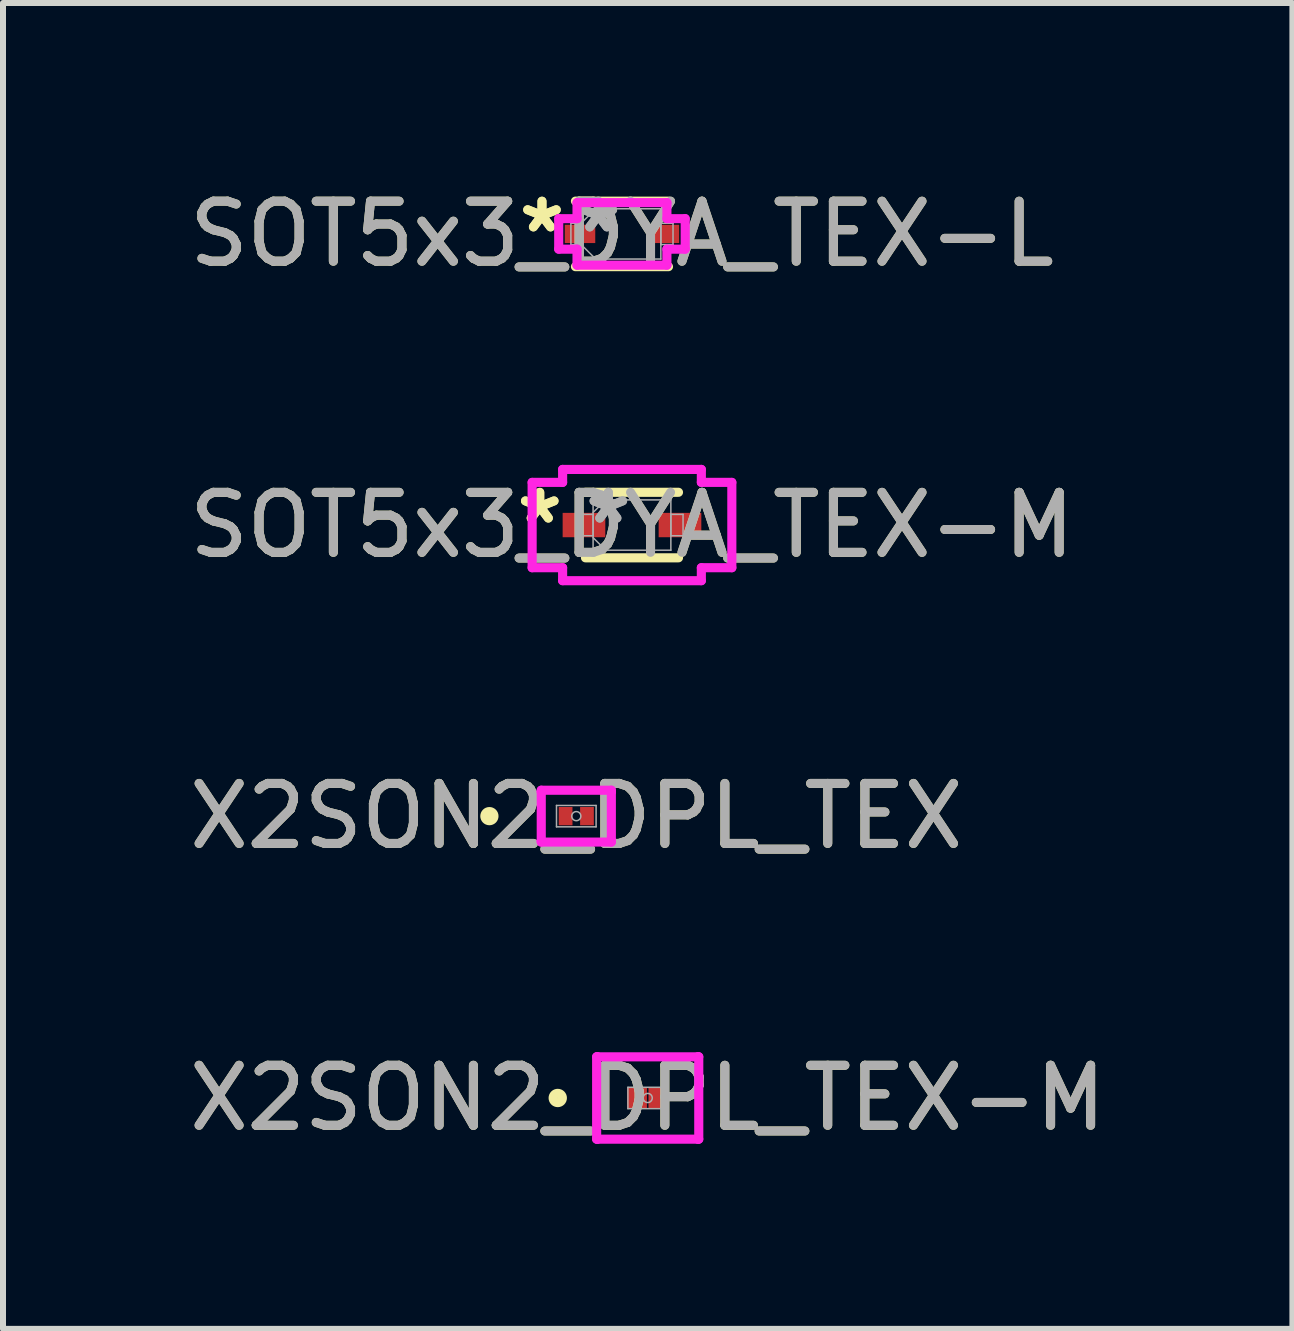
<source format=kicad_pcb>
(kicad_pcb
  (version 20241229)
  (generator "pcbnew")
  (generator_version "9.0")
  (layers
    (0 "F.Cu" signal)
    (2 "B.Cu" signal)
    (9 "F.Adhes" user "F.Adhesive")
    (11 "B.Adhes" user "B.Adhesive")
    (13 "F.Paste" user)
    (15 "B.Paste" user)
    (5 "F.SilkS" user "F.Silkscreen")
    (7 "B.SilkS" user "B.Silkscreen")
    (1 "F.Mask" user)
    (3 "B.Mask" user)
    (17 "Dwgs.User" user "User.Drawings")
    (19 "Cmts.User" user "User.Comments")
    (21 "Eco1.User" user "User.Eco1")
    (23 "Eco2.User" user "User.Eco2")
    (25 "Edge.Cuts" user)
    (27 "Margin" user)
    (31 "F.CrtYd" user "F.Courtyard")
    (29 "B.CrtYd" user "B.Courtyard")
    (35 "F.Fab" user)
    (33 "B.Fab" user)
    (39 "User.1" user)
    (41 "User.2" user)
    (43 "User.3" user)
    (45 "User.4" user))
  (footprint "X2SON2_DPL_TEX"
    (layer "F.Cu")
    (at 6.554 10.551)
    (property "Reference" "X2SON2_DPL_TEX" (at 0 0 0) (unlocked yes) (layer "F.SilkS") (effects (font (size 1 1) (thickness 0.15))))
    (attr smd)
    (fp_circle (center -1.448 0) (end -1.372 0) (stroke (width 0.152) (type solid)) (fill no) (layer "F.SilkS"))
    (fp_line (start -0.584 -0.432) (end 0.584 -0.432) (stroke (width 0.152) (type solid)) (layer "F.CrtYd"))
    (fp_line (start -0.584 -0.406) (end -0.584 -0.432) (stroke (width 0.152) (type solid)) (layer "F.CrtYd"))
    (fp_line (start -0.584 -0.406) (end -0.584 -0.406) (stroke (width 0.152) (type solid)) (layer "F.CrtYd"))
    (fp_line (start -0.584 0.406) (end -0.584 -0.406) (stroke (width 0.152) (type solid)) (layer "F.CrtYd"))
    (fp_line (start -0.584 0.406) (end -0.584 0.406) (stroke (width 0.152) (type solid)) (layer "F.CrtYd"))
    (fp_line (start -0.584 0.432) (end -0.584 0.406) (stroke (width 0.152) (type solid)) (layer "F.CrtYd"))
    (fp_line (start 0.584 -0.432) (end 0.584 -0.406) (stroke (width 0.152) (type solid)) (layer "F.CrtYd"))
    (fp_line (start 0.584 -0.406) (end 0.584 -0.406) (stroke (width 0.152) (type solid)) (layer "F.CrtYd"))
    (fp_line (start 0.584 -0.406) (end 0.584 0.406) (stroke (width 0.152) (type solid)) (layer "F.CrtYd"))
    (fp_line (start 0.584 0.406) (end 0.584 0.406) (stroke (width 0.152) (type solid)) (layer "F.CrtYd"))
    (fp_line (start 0.584 0.406) (end 0.584 0.432) (stroke (width 0.152) (type solid)) (layer "F.CrtYd"))
    (fp_line (start 0.584 0.432) (end -0.584 0.432) (stroke (width 0.152) (type solid)) (layer "F.CrtYd"))
    (fp_line (start -0.33 -0.178) (end -0.33 0.178) (stroke (width 0.025) (type solid)) (layer "F.Fab"))
    (fp_line (start -0.33 0.178) (end 0.33 0.178) (stroke (width 0.025) (type solid)) (layer "F.Fab"))
    (fp_line (start 0.33 -0.178) (end -0.33 -0.178) (stroke (width 0.025) (type solid)) (layer "F.Fab"))
    (fp_line (start 0.33 0.178) (end 0.33 -0.178) (stroke (width 0.025) (type solid)) (layer "F.Fab"))
    (fp_circle (center 0 0) (end 0.076 0) (stroke (width 0.025) (type solid)) (fill no) (layer "F.Fab"))
    (fp_text user "${REFERENCE}" (at 0 0 0) (unlocked yes) (layer "F.Fab") (effects (font (size 1 1) (thickness 0.15))))
    (pad "1" smd rect (at -0.178 0) (size 0.229 0.305) (layers "F.Cu" "F.Mask" "F.Paste"))
    (pad "2" smd rect (at 0.178 0) (size 0.229 0.305) (layers "F.Cu" "F.Mask" "F.Paste")))
  (footprint "X2SON2_DPL_TEX-M"
    (layer "F.Cu")
    (at 7.744 15.248)
    (property "Reference" "X2SON2_DPL_TEX-M" (at 0 0 0) (unlocked yes) (layer "F.SilkS") (effects (font (size 1 1) (thickness 0.15))))
    (attr smd)
    (fp_circle (center -1.499 0) (end -1.422 0) (stroke (width 0.152) (type solid)) (fill no) (layer "F.SilkS"))
    (fp_line (start -0.851 -0.686) (end -0.838 -0.686) (stroke (width 0.152) (type solid)) (layer "F.CrtYd"))
    (fp_line (start -0.851 0.686) (end -0.851 -0.686) (stroke (width 0.152) (type solid)) (layer "F.CrtYd"))
    (fp_line (start -0.851 0.686) (end -0.838 0.686) (stroke (width 0.152) (type solid)) (layer "F.CrtYd"))
    (fp_line (start -0.838 -0.686) (end -0.838 -0.686) (stroke (width 0.152) (type solid)) (layer "F.CrtYd"))
    (fp_line (start -0.838 -0.686) (end 0.838 -0.686) (stroke (width 0.152) (type solid)) (layer "F.CrtYd"))
    (fp_line (start -0.838 0.686) (end -0.838 0.686) (stroke (width 0.152) (type solid)) (layer "F.CrtYd"))
    (fp_line (start 0.838 -0.686) (end 0.838 -0.686) (stroke (width 0.152) (type solid)) (layer "F.CrtYd"))
    (fp_line (start 0.838 0.686) (end -0.838 0.686) (stroke (width 0.152) (type solid)) (layer "F.CrtYd"))
    (fp_line (start 0.838 0.686) (end 0.838 0.686) (stroke (width 0.152) (type solid)) (layer "F.CrtYd"))
    (fp_line (start 0.851 -0.686) (end 0.838 -0.686) (stroke (width 0.152) (type solid)) (layer "F.CrtYd"))
    (fp_line (start 0.851 -0.686) (end 0.851 0.686) (stroke (width 0.152) (type solid)) (layer "F.CrtYd"))
    (fp_line (start 0.851 0.686) (end 0.838 0.686) (stroke (width 0.152) (type solid)) (layer "F.CrtYd"))
    (fp_line (start -0.33 -0.178) (end -0.33 0.178) (stroke (width 0.025) (type solid)) (layer "F.Fab"))
    (fp_line (start -0.33 0.178) (end 0.33 0.178) (stroke (width 0.025) (type solid)) (layer "F.Fab"))
    (fp_line (start 0.33 -0.178) (end -0.33 -0.178) (stroke (width 0.025) (type solid)) (layer "F.Fab"))
    (fp_line (start 0.33 0.178) (end 0.33 -0.178) (stroke (width 0.025) (type solid)) (layer "F.Fab"))
    (fp_circle (center 0 0) (end 0.076 0) (stroke (width 0.025) (type solid)) (fill no) (layer "F.Fab"))
    (fp_text user "${REFERENCE}" (at 0 0 0) (unlocked yes) (layer "F.Fab") (effects (font (size 1 1) (thickness 0.15))))
    (pad "1" smd rect (at -0.178 0) (size 0.33 0.356) (layers "F.Cu" "F.Mask" "F.Paste"))
    (pad "2" smd rect (at 0.178 0) (size 0.33 0.356) (layers "F.Cu" "F.Mask" "F.Paste")))
  (footprint "SOT5x3_DYA_TEX-L"
    (layer "F.Cu")
    (at 7.315 0.848)
    (property "Reference" "SOT5x3_DYA_TEX-L" (at 0 0 0) (unlocked yes) (layer "F.SilkS") (effects (font (size 1 1) (thickness 0.15))))
    (attr smd)
    (fp_line (start -0.775 0.546) (end 0.775 0.546) (stroke (width 0.152) (type solid)) (layer "F.SilkS"))
    (fp_line (start 0.775 -0.546) (end -0.775 -0.546) (stroke (width 0.152) (type solid)) (layer "F.SilkS"))
    (fp_line (start -1.054 -0.254) (end -0.749 -0.254) (stroke (width 0.152) (type solid)) (layer "F.CrtYd"))
    (fp_line (start -1.054 0.254) (end -1.054 -0.254) (stroke (width 0.152) (type solid)) (layer "F.CrtYd"))
    (fp_line (start -0.749 -0.521) (end 0.749 -0.521) (stroke (width 0.152) (type solid)) (layer "F.CrtYd"))
    (fp_line (start -0.749 -0.254) (end -0.749 -0.521) (stroke (width 0.152) (type solid)) (layer "F.CrtYd"))
    (fp_line (start -0.749 0.254) (end -1.054 0.254) (stroke (width 0.152) (type solid)) (layer "F.CrtYd"))
    (fp_line (start -0.749 0.521) (end -0.749 0.254) (stroke (width 0.152) (type solid)) (layer "F.CrtYd"))
    (fp_line (start 0.749 -0.521) (end 0.749 -0.254) (stroke (width 0.152) (type solid)) (layer "F.CrtYd"))
    (fp_line (start 0.749 -0.254) (end 1.054 -0.254) (stroke (width 0.152) (type solid)) (layer "F.CrtYd"))
    (fp_line (start 0.749 0.254) (end 0.749 0.521) (stroke (width 0.152) (type solid)) (layer "F.CrtYd"))
    (fp_line (start 0.749 0.521) (end -0.749 0.521) (stroke (width 0.152) (type solid)) (layer "F.CrtYd"))
    (fp_line (start 1.054 -0.254) (end 1.054 0.254) (stroke (width 0.152) (type solid)) (layer "F.CrtYd"))
    (fp_line (start 1.054 0.254) (end 0.749 0.254) (stroke (width 0.152) (type solid)) (layer "F.CrtYd"))
    (fp_line (start -0.851 -0.178) (end -0.851 0.178) (stroke (width 0.025) (type solid)) (layer "F.Fab"))
    (fp_line (start -0.851 0.178) (end -0.648 0.178) (stroke (width 0.025) (type solid)) (layer "F.Fab"))
    (fp_line (start -0.648 -0.419) (end -0.648 0.419) (stroke (width 0.025) (type solid)) (layer "F.Fab"))
    (fp_line (start -0.648 -0.21) (end -0.438 -0.419) (stroke (width 0.025) (type solid)) (layer "F.Fab"))
    (fp_line (start -0.648 -0.178) (end -0.851 -0.178) (stroke (width 0.025) (type solid)) (layer "F.Fab"))
    (fp_line (start -0.648 0.178) (end -0.648 -0.178) (stroke (width 0.025) (type solid)) (layer "F.Fab"))
    (fp_line (start -0.648 0.21) (end -0.438 0.419) (stroke (width 0.025) (type solid)) (layer "F.Fab"))
    (fp_line (start -0.648 0.419) (end 0.648 0.419) (stroke (width 0.025) (type solid)) (layer "F.Fab"))
    (fp_line (start 0.648 -0.419) (end -0.648 -0.419) (stroke (width 0.025) (type solid)) (layer "F.Fab"))
    (fp_line (start 0.648 -0.178) (end 0.648 0.178) (stroke (width 0.025) (type solid)) (layer "F.Fab"))
    (fp_line (start 0.648 0.178) (end 0.851 0.178) (stroke (width 0.025) (type solid)) (layer "F.Fab"))
    (fp_line (start 0.648 0.419) (end 0.648 -0.419) (stroke (width 0.025) (type solid)) (layer "F.Fab"))
    (fp_line (start 0.851 -0.178) (end 0.648 -0.178) (stroke (width 0.025) (type solid)) (layer "F.Fab"))
    (fp_line (start 0.851 0.178) (end 0.851 -0.178) (stroke (width 0.025) (type solid)) (layer "F.Fab"))
    (fp_text user "*" (at -1.333 0 0) (layer "F.SilkS") (effects (font (size 1 1) (thickness 0.15))))
    (fp_text user "*" (at -1.333 0 0) (unlocked yes) (layer "F.SilkS") (effects (font (size 1 1) (thickness 0.15))))
    (fp_text user "*" (at -0.394 0 0) (layer "F.Fab") (effects (font (size 1 1) (thickness 0.15))))
    (fp_text user "*" (at -0.394 0 0) (unlocked yes) (layer "F.Fab") (effects (font (size 1 1) (thickness 0.15))))
    (fp_text user "${REFERENCE}" (at 0 0 0) (unlocked yes) (layer "F.Fab") (effects (font (size 1 1) (thickness 0.15))))
    (pad "1" smd rect (at -0.699 0) (size 0.508 0.305) (layers "F.Cu" "F.Mask" "F.Paste"))
    (pad "2" smd rect (at 0.699 0) (size 0.508 0.305) (layers "F.Cu" "F.Mask" "F.Paste"))
    (zone (net_name "") (layer "F.Cu") (hatch full 0.508) (connect_pads) (min_thickness 0.254) (filled_areas_thickness no) (keepout (tracks not_allowed) (vias not_allowed) (pads allowed) (copperpour not_allowed) (footprints allowed)) (placement (enabled no)) (fill) (polygon (pts (xy 6.922 0.48) (xy 7.709 0.48) (xy 7.709 1.217) (xy 6.922 1.217)))))
  (footprint "SOT5x3_DYA_TEX-M"
    (layer "F.Cu")
    (at 7.482 5.7)
    (property "Reference" "SOT5x3_DYA_TEX-M" (at 0 0 0) (unlocked yes) (layer "F.SilkS") (effects (font (size 1 1) (thickness 0.15))))
    (attr smd)
    (fp_line (start -0.775 0.546) (end 0.775 0.546) (stroke (width 0.152) (type solid)) (layer "F.SilkS"))
    (fp_line (start 0.775 -0.546) (end -0.775 -0.546) (stroke (width 0.152) (type solid)) (layer "F.SilkS"))
    (fp_line (start -1.664 -0.711) (end -1.156 -0.711) (stroke (width 0.152) (type solid)) (layer "F.CrtYd"))
    (fp_line (start -1.664 0.711) (end -1.664 -0.711) (stroke (width 0.152) (type solid)) (layer "F.CrtYd"))
    (fp_line (start -1.156 -0.927) (end 1.156 -0.927) (stroke (width 0.152) (type solid)) (layer "F.CrtYd"))
    (fp_line (start -1.156 -0.711) (end -1.156 -0.927) (stroke (width 0.152) (type solid)) (layer "F.CrtYd"))
    (fp_line (start -1.156 0.711) (end -1.664 0.711) (stroke (width 0.152) (type solid)) (layer "F.CrtYd"))
    (fp_line (start -1.156 0.927) (end -1.156 0.711) (stroke (width 0.152) (type solid)) (layer "F.CrtYd"))
    (fp_line (start 1.156 -0.927) (end 1.156 -0.711) (stroke (width 0.152) (type solid)) (layer "F.CrtYd"))
    (fp_line (start 1.156 -0.711) (end 1.664 -0.711) (stroke (width 0.152) (type solid)) (layer "F.CrtYd"))
    (fp_line (start 1.156 0.711) (end 1.156 0.927) (stroke (width 0.152) (type solid)) (layer "F.CrtYd"))
    (fp_line (start 1.156 0.927) (end -1.156 0.927) (stroke (width 0.152) (type solid)) (layer "F.CrtYd"))
    (fp_line (start 1.664 -0.711) (end 1.664 0.711) (stroke (width 0.152) (type solid)) (layer "F.CrtYd"))
    (fp_line (start 1.664 0.711) (end 1.156 0.711) (stroke (width 0.152) (type solid)) (layer "F.CrtYd"))
    (fp_line (start -0.851 -0.178) (end -0.851 0.178) (stroke (width 0.025) (type solid)) (layer "F.Fab"))
    (fp_line (start -0.851 0.178) (end -0.648 0.178) (stroke (width 0.025) (type solid)) (layer "F.Fab"))
    (fp_line (start -0.648 -0.419) (end -0.648 0.419) (stroke (width 0.025) (type solid)) (layer "F.Fab"))
    (fp_line (start -0.648 -0.21) (end -0.438 -0.419) (stroke (width 0.025) (type solid)) (layer "F.Fab"))
    (fp_line (start -0.648 -0.178) (end -0.851 -0.178) (stroke (width 0.025) (type solid)) (layer "F.Fab"))
    (fp_line (start -0.648 0.178) (end -0.648 -0.178) (stroke (width 0.025) (type solid)) (layer "F.Fab"))
    (fp_line (start -0.648 0.21) (end -0.438 0.419) (stroke (width 0.025) (type solid)) (layer "F.Fab"))
    (fp_line (start -0.648 0.419) (end 0.648 0.419) (stroke (width 0.025) (type solid)) (layer "F.Fab"))
    (fp_line (start 0.648 -0.419) (end -0.648 -0.419) (stroke (width 0.025) (type solid)) (layer "F.Fab"))
    (fp_line (start 0.648 -0.178) (end 0.648 0.178) (stroke (width 0.025) (type solid)) (layer "F.Fab"))
    (fp_line (start 0.648 0.178) (end 0.851 0.178) (stroke (width 0.025) (type solid)) (layer "F.Fab"))
    (fp_line (start 0.648 0.419) (end 0.648 -0.419) (stroke (width 0.025) (type solid)) (layer "F.Fab"))
    (fp_line (start 0.851 -0.178) (end 0.648 -0.178) (stroke (width 0.025) (type solid)) (layer "F.Fab"))
    (fp_line (start 0.851 0.178) (end 0.851 -0.178) (stroke (width 0.025) (type solid)) (layer "F.Fab"))
    (fp_text user "*" (at -1.537 0 0) (layer "F.SilkS") (effects (font (size 1 1) (thickness 0.15))))
    (fp_text user "*" (at -1.537 0 0) (unlocked yes) (layer "F.SilkS") (effects (font (size 1 1) (thickness 0.15))))
    (fp_text user "*" (at -0.394 0 0) (unlocked yes) (layer "F.Fab") (effects (font (size 1 1) (thickness 0.15))))
    (fp_text user "*" (at -0.394 0 0) (layer "F.Fab") (effects (font (size 1 1) (thickness 0.15))))
    (fp_text user "${REFERENCE}" (at 0 0 0) (unlocked yes) (layer "F.Fab") (effects (font (size 1 1) (thickness 0.15))))
    (pad "1" smd rect (at -0.8 0) (size 0.711 0.406) (layers "F.Cu" "F.Mask" "F.Paste"))
    (pad "2" smd rect (at 0.8 0) (size 0.711 0.406) (layers "F.Cu" "F.Mask" "F.Paste"))
    (zone (net_name "") (layer "F.Cu") (hatch full 0.508) (connect_pads) (min_thickness 0.254) (filled_areas_thickness no) (keepout (tracks not_allowed) (vias not_allowed) (pads allowed) (copperpour not_allowed) (footprints allowed)) (placement (enabled no)) (fill) (polygon (pts (xy 7.088 5.332) (xy 7.876 5.332) (xy 7.876 6.068) (xy 7.088 6.068)))))
  (gr_rect
    (start -3 -3)
    (end 18.488 19.096)
    (stroke (width 0.1) (type default))
    (fill no)
    (layer "Edge.Cuts")))
</source>
